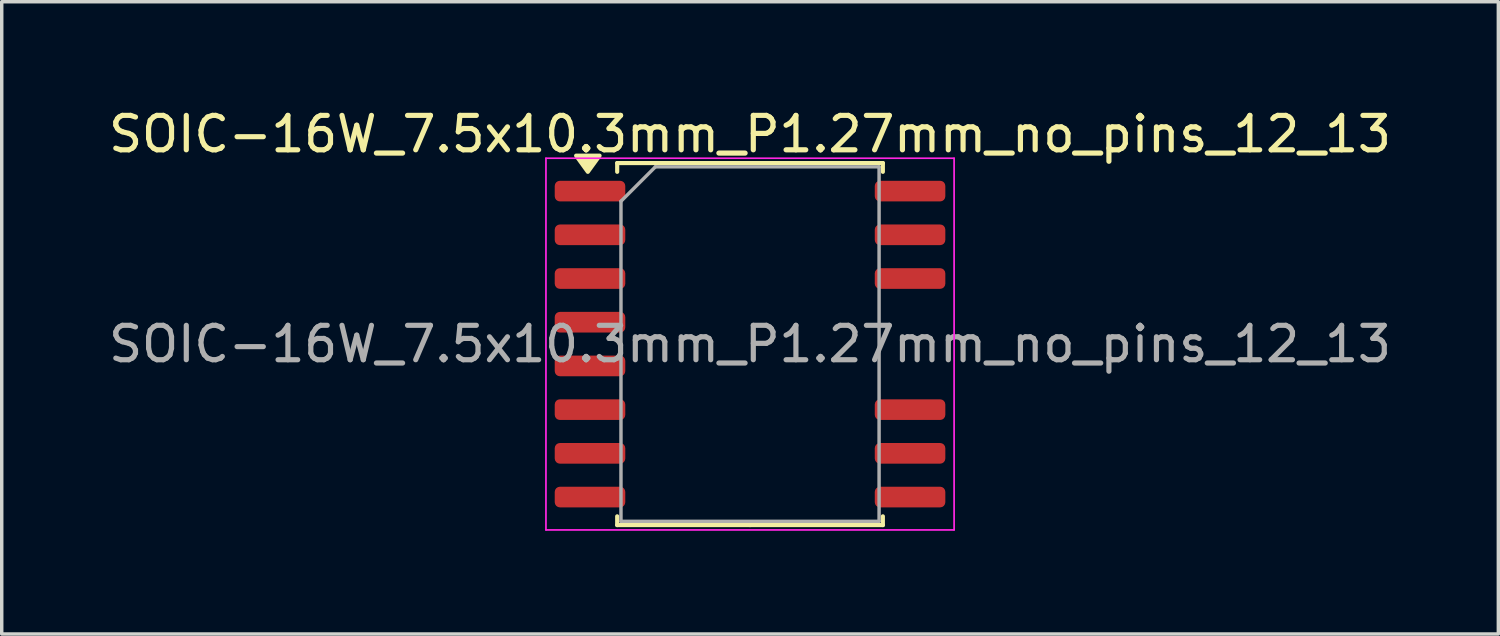
<source format=kicad_pcb>
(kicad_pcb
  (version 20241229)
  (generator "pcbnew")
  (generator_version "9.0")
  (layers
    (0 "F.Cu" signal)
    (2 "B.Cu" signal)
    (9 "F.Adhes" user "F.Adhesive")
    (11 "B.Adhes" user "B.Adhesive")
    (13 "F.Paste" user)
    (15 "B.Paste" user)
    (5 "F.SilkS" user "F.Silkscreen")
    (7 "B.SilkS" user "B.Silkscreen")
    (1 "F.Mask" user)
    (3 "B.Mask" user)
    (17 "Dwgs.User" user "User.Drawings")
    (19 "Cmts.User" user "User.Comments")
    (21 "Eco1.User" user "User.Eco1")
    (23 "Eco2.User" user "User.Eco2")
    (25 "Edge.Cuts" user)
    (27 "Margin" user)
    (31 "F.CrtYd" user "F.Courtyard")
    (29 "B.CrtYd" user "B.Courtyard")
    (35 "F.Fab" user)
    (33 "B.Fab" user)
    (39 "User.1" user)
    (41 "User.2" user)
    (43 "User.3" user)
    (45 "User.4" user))
  (footprint "SOIC-16W_7.5x10.3mm_P1.27mm_no_pins_12_13"
    (layer "F.Cu")
    (at 18.744 6.948)
    (property "Reference" "SOIC-16W_7.5x10.3mm_P1.27mm_no_pins_12_13" (at 0 -6.1 0) (layer "F.SilkS") (effects (font (size 1 1) (thickness 0.15))))
    (attr smd)
    (fp_line (start -3.86 -5.26) (end -3.86 -5.005) (stroke (width 0.12) (type solid)) (layer "F.SilkS"))
    (fp_line (start -3.86 5.26) (end -3.86 5.005) (stroke (width 0.12) (type solid)) (layer "F.SilkS"))
    (fp_line (start 0 -5.26) (end -3.86 -5.26) (stroke (width 0.12) (type solid)) (layer "F.SilkS"))
    (fp_line (start 0 -5.26) (end 3.86 -5.26) (stroke (width 0.12) (type solid)) (layer "F.SilkS"))
    (fp_line (start 0 5.26) (end -3.86 5.26) (stroke (width 0.12) (type solid)) (layer "F.SilkS"))
    (fp_line (start 0 5.26) (end 3.86 5.26) (stroke (width 0.12) (type solid)) (layer "F.SilkS"))
    (fp_line (start 3.86 -5.26) (end 3.86 -5.005) (stroke (width 0.12) (type solid)) (layer "F.SilkS"))
    (fp_line (start 3.86 5.26) (end 3.86 5.005) (stroke (width 0.12) (type solid)) (layer "F.SilkS"))
    (fp_poly (pts (xy -4.713 -5.005) (xy -5.053 -5.475) (xy -4.372 -5.475) (xy -4.713 -5.005)) (stroke (width 0.12) (type solid)) (fill yes) (layer "F.SilkS"))
    (fp_line (start -5.93 -5.4) (end -5.93 5.4) (stroke (width 0.05) (type solid)) (layer "F.CrtYd"))
    (fp_line (start -5.93 5.4) (end 5.93 5.4) (stroke (width 0.05) (type solid)) (layer "F.CrtYd"))
    (fp_line (start 5.93 -5.4) (end -5.93 -5.4) (stroke (width 0.05) (type solid)) (layer "F.CrtYd"))
    (fp_line (start 5.93 5.4) (end 5.93 -5.4) (stroke (width 0.05) (type solid)) (layer "F.CrtYd"))
    (fp_line (start -3.75 -4.15) (end -2.75 -5.15) (stroke (width 0.1) (type solid)) (layer "F.Fab"))
    (fp_line (start -3.75 5.15) (end -3.75 -4.15) (stroke (width 0.1) (type solid)) (layer "F.Fab"))
    (fp_line (start -2.75 -5.15) (end 3.75 -5.15) (stroke (width 0.1) (type solid)) (layer "F.Fab"))
    (fp_line (start 3.75 -5.15) (end 3.75 5.15) (stroke (width 0.1) (type solid)) (layer "F.Fab"))
    (fp_line (start 3.75 5.15) (end -3.75 5.15) (stroke (width 0.1) (type solid)) (layer "F.Fab"))
    (fp_text user "${REFERENCE}" (at 0 0 0) (layer "F.Fab") (effects (font (size 1 1) (thickness 0.15))))
    (pad "1" smd roundrect (at -4.65 -4.445) (size 2.05 0.6) (layers "F.Cu" "F.Mask" "F.Paste") (roundrect_rratio 0.25))
    (pad "2" smd roundrect (at -4.65 -3.175) (size 2.05 0.6) (layers "F.Cu" "F.Mask" "F.Paste") (roundrect_rratio 0.25))
    (pad "3" smd roundrect (at -4.65 -1.905) (size 2.05 0.6) (layers "F.Cu" "F.Mask" "F.Paste") (roundrect_rratio 0.25))
    (pad "4" smd roundrect (at -4.65 -0.635) (size 2.05 0.6) (layers "F.Cu" "F.Mask" "F.Paste") (roundrect_rratio 0.25))
    (pad "5" smd roundrect (at -4.65 0.635) (size 2.05 0.6) (layers "F.Cu" "F.Mask" "F.Paste") (roundrect_rratio 0.25))
    (pad "6" smd roundrect (at -4.65 1.905) (size 2.05 0.6) (layers "F.Cu" "F.Mask" "F.Paste") (roundrect_rratio 0.25))
    (pad "7" smd roundrect (at -4.65 3.175) (size 2.05 0.6) (layers "F.Cu" "F.Mask" "F.Paste") (roundrect_rratio 0.25))
    (pad "8" smd roundrect (at -4.65 4.445) (size 2.05 0.6) (layers "F.Cu" "F.Mask" "F.Paste") (roundrect_rratio 0.25))
    (pad "9" smd roundrect (at 4.65 4.445) (size 2.05 0.6) (layers "F.Cu" "F.Mask" "F.Paste") (roundrect_rratio 0.25))
    (pad "10" smd roundrect (at 4.65 3.175) (size 2.05 0.6) (layers "F.Cu" "F.Mask" "F.Paste") (roundrect_rratio 0.25))
    (pad "11" smd roundrect (at 4.65 1.905) (size 2.05 0.6) (layers "F.Cu" "F.Mask" "F.Paste") (roundrect_rratio 0.25))
    (pad "14" smd roundrect (at 4.65 -1.905) (size 2.05 0.6) (layers "F.Cu" "F.Mask" "F.Paste") (roundrect_rratio 0.25))
    (pad "15" smd roundrect (at 4.65 -3.175) (size 2.05 0.6) (layers "F.Cu" "F.Mask" "F.Paste") (roundrect_rratio 0.25))
    (pad "16" smd roundrect (at 4.65 -4.445) (size 2.05 0.6) (layers "F.Cu" "F.Mask" "F.Paste") (roundrect_rratio 0.25)))
  (gr_rect
    (start -3 -3)
    (end 40.488 15.373)
    (stroke (width 0.1) (type default))
    (fill no)
    (layer "Edge.Cuts")))
</source>
